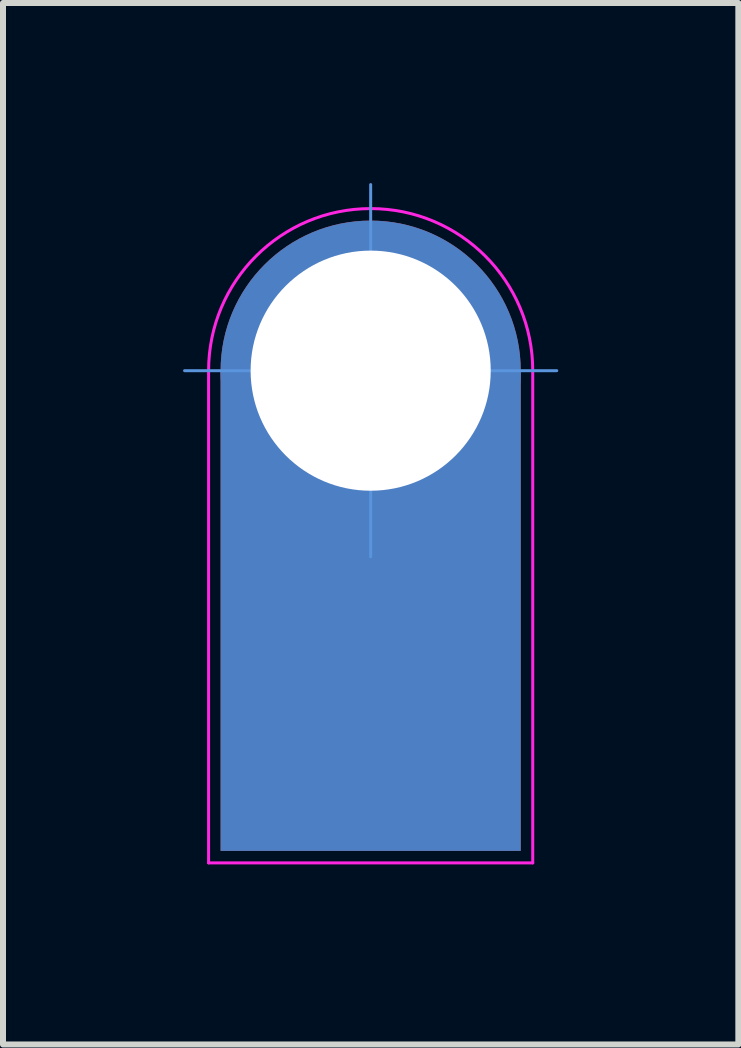
<source format=kicad_pcb>
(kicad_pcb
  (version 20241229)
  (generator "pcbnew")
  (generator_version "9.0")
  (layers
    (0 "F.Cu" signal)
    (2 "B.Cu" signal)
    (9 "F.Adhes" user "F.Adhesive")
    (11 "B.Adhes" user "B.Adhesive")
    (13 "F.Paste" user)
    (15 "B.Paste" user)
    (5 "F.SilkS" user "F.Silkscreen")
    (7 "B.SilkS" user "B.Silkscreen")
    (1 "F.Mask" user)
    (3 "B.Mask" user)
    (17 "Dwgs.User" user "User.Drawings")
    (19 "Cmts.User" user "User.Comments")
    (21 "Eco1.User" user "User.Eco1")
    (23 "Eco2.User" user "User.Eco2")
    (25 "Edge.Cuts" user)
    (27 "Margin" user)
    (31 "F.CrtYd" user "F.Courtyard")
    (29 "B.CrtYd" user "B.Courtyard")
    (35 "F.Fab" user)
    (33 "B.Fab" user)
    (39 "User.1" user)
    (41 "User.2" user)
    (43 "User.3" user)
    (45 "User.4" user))
  (footprint "Pad"
    (layer "F.Cu")
    (at 3.125 3.125)
    (property "Reference" "Pad" (at 0 0.125 0) (layer "F.Fab") (effects (font (size 0.1 0.1) (thickness 0.01))))
    (attr through_hole)
    (fp_line (start -3.1 0) (end 3.1 0) (stroke (width 0.05) (type solid)) (layer "Cmts.User"))
    (fp_line (start 0 -3.1) (end 0 3.1) (stroke (width 0.05) (type solid)) (layer "Cmts.User"))
    (fp_line (start -2.7 0) (end -2.7 8.2) (stroke (width 0.05) (type solid)) (layer "F.CrtYd"))
    (fp_line (start -2.7 8.2) (end 2.7 8.2) (stroke (width 0.05) (type solid)) (layer "F.CrtYd"))
    (fp_line (start 2.7 8.2) (end 2.7 0) (stroke (width 0.05) (type solid)) (layer "F.CrtYd"))
    (fp_arc (start -2.7 0) (mid 0 -2.7) (end 2.7 0) (stroke (width 0.05) (type solid)) (layer "F.CrtYd"))
    (fp_text user "${REFERENCE}" (at 0 0 180) (layer "Eco1.User") (effects (font (size 0.3 0.3) (thickness 0.03))))
    (pad "1" thru_hole circle (at 0 0) (size 5 5) (drill 4) (layers "*.Cu" "*.Mask"))
    (pad "1" smd rect (at 0 4) (size 5 8) (layers "F.Cu" "F.Mask"))
    (pad "1" smd rect (at 0 4) (size 5 8) (layers "*.Mask" "B.Cu")))
  (gr_rect
    (start -3 -3)
    (end 9.25 14.35)
    (stroke (width 0.1) (type default))
    (fill no)
    (layer "Edge.Cuts")))
</source>
